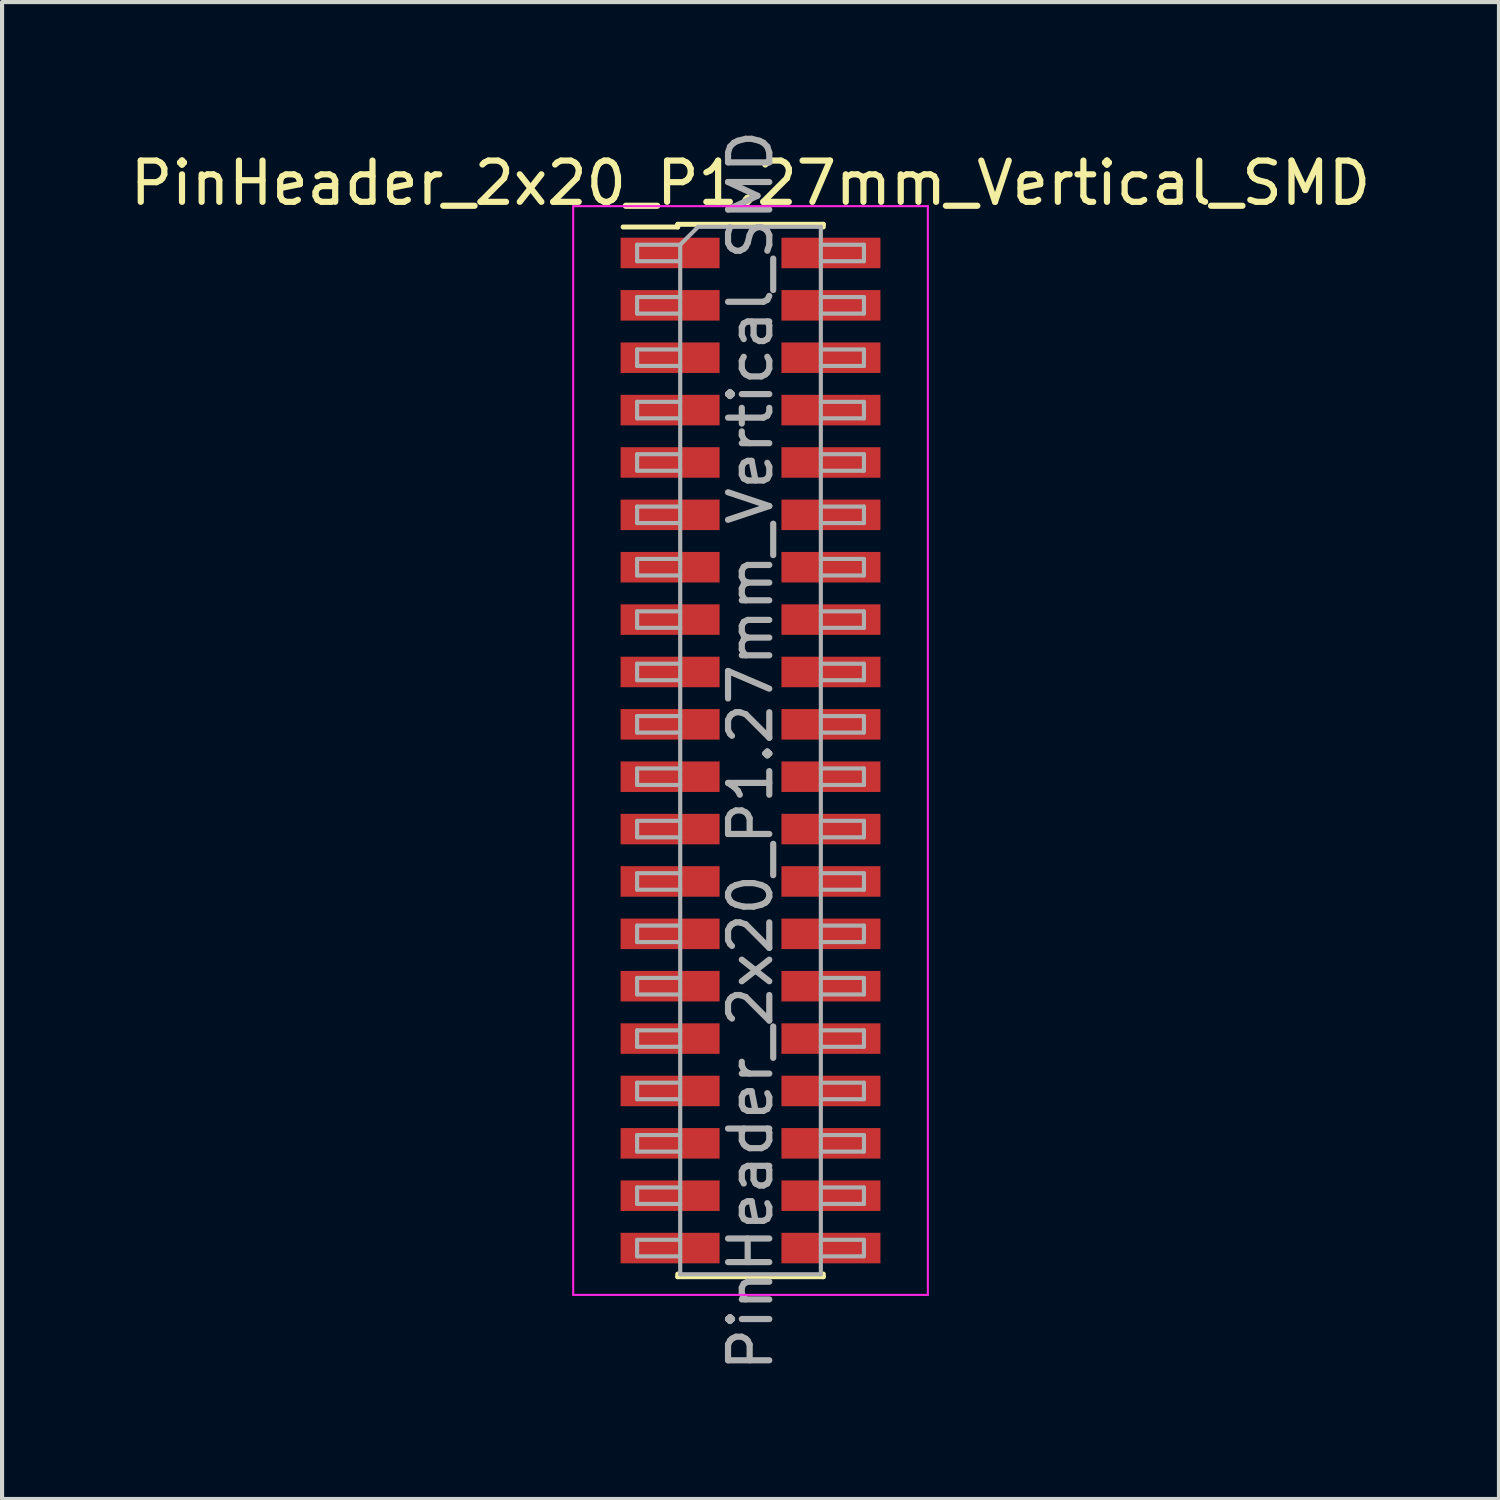
<source format=kicad_pcb>
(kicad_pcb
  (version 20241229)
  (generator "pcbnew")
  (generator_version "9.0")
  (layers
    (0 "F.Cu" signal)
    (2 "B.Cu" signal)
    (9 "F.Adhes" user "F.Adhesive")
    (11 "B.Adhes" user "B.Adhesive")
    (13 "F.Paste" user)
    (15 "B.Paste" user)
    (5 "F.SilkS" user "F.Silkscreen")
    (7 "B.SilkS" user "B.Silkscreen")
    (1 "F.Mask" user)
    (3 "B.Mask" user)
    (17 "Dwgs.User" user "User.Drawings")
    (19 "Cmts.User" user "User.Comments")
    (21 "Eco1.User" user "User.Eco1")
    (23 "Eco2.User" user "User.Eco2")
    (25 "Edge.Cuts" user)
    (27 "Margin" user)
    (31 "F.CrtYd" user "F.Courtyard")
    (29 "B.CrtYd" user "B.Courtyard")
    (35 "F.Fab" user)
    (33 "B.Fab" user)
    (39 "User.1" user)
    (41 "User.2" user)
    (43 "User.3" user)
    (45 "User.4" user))
  (footprint "PinHeader_2x20_P1.27mm_Vertical_SMD"
    (layer "F.Cu")
    (at 15.149 15.149)
    (property "Reference" "PinHeader_2x20_P1.27mm_Vertical_SMD" (at 0 -13.76 0) (layer "F.SilkS") (effects (font (size 1 1) (thickness 0.15))))
    (attr smd)
    (fp_line (start -3.09 -12.695) (end -1.765 -12.695) (stroke (width 0.12) (type solid)) (layer "F.SilkS"))
    (fp_line (start -1.765 -12.76) (end -1.765 -12.695) (stroke (width 0.12) (type solid)) (layer "F.SilkS"))
    (fp_line (start -1.765 -12.76) (end 1.765 -12.76) (stroke (width 0.12) (type solid)) (layer "F.SilkS"))
    (fp_line (start -1.765 12.695) (end -1.765 12.76) (stroke (width 0.12) (type solid)) (layer "F.SilkS"))
    (fp_line (start -1.765 12.76) (end 1.765 12.76) (stroke (width 0.12) (type solid)) (layer "F.SilkS"))
    (fp_line (start 1.765 -12.76) (end 1.765 -12.695) (stroke (width 0.12) (type solid)) (layer "F.SilkS"))
    (fp_line (start 1.765 12.695) (end 1.765 12.76) (stroke (width 0.12) (type solid)) (layer "F.SilkS"))
    (fp_line (start -4.3 -13.2) (end -4.3 13.2) (stroke (width 0.05) (type solid)) (layer "F.CrtYd"))
    (fp_line (start -4.3 13.2) (end 4.3 13.2) (stroke (width 0.05) (type solid)) (layer "F.CrtYd"))
    (fp_line (start 4.3 -13.2) (end -4.3 -13.2) (stroke (width 0.05) (type solid)) (layer "F.CrtYd"))
    (fp_line (start 4.3 13.2) (end 4.3 -13.2) (stroke (width 0.05) (type solid)) (layer "F.CrtYd"))
    (fp_line (start -2.75 -12.265) (end -2.75 -11.865) (stroke (width 0.1) (type solid)) (layer "F.Fab"))
    (fp_line (start -2.75 -11.865) (end -1.705 -11.865) (stroke (width 0.1) (type solid)) (layer "F.Fab"))
    (fp_line (start -2.75 -10.995) (end -2.75 -10.595) (stroke (width 0.1) (type solid)) (layer "F.Fab"))
    (fp_line (start -2.75 -10.595) (end -1.705 -10.595) (stroke (width 0.1) (type solid)) (layer "F.Fab"))
    (fp_line (start -2.75 -9.725) (end -2.75 -9.325) (stroke (width 0.1) (type solid)) (layer "F.Fab"))
    (fp_line (start -2.75 -9.325) (end -1.705 -9.325) (stroke (width 0.1) (type solid)) (layer "F.Fab"))
    (fp_line (start -2.75 -8.455) (end -2.75 -8.055) (stroke (width 0.1) (type solid)) (layer "F.Fab"))
    (fp_line (start -2.75 -8.055) (end -1.705 -8.055) (stroke (width 0.1) (type solid)) (layer "F.Fab"))
    (fp_line (start -2.75 -7.185) (end -2.75 -6.785) (stroke (width 0.1) (type solid)) (layer "F.Fab"))
    (fp_line (start -2.75 -6.785) (end -1.705 -6.785) (stroke (width 0.1) (type solid)) (layer "F.Fab"))
    (fp_line (start -2.75 -5.915) (end -2.75 -5.515) (stroke (width 0.1) (type solid)) (layer "F.Fab"))
    (fp_line (start -2.75 -5.515) (end -1.705 -5.515) (stroke (width 0.1) (type solid)) (layer "F.Fab"))
    (fp_line (start -2.75 -4.645) (end -2.75 -4.245) (stroke (width 0.1) (type solid)) (layer "F.Fab"))
    (fp_line (start -2.75 -4.245) (end -1.705 -4.245) (stroke (width 0.1) (type solid)) (layer "F.Fab"))
    (fp_line (start -2.75 -3.375) (end -2.75 -2.975) (stroke (width 0.1) (type solid)) (layer "F.Fab"))
    (fp_line (start -2.75 -2.975) (end -1.705 -2.975) (stroke (width 0.1) (type solid)) (layer "F.Fab"))
    (fp_line (start -2.75 -2.105) (end -2.75 -1.705) (stroke (width 0.1) (type solid)) (layer "F.Fab"))
    (fp_line (start -2.75 -1.705) (end -1.705 -1.705) (stroke (width 0.1) (type solid)) (layer "F.Fab"))
    (fp_line (start -2.75 -0.835) (end -2.75 -0.435) (stroke (width 0.1) (type solid)) (layer "F.Fab"))
    (fp_line (start -2.75 -0.435) (end -1.705 -0.435) (stroke (width 0.1) (type solid)) (layer "F.Fab"))
    (fp_line (start -2.75 0.435) (end -2.75 0.835) (stroke (width 0.1) (type solid)) (layer "F.Fab"))
    (fp_line (start -2.75 0.835) (end -1.705 0.835) (stroke (width 0.1) (type solid)) (layer "F.Fab"))
    (fp_line (start -2.75 1.705) (end -2.75 2.105) (stroke (width 0.1) (type solid)) (layer "F.Fab"))
    (fp_line (start -2.75 2.105) (end -1.705 2.105) (stroke (width 0.1) (type solid)) (layer "F.Fab"))
    (fp_line (start -2.75 2.975) (end -2.75 3.375) (stroke (width 0.1) (type solid)) (layer "F.Fab"))
    (fp_line (start -2.75 3.375) (end -1.705 3.375) (stroke (width 0.1) (type solid)) (layer "F.Fab"))
    (fp_line (start -2.75 4.245) (end -2.75 4.645) (stroke (width 0.1) (type solid)) (layer "F.Fab"))
    (fp_line (start -2.75 4.645) (end -1.705 4.645) (stroke (width 0.1) (type solid)) (layer "F.Fab"))
    (fp_line (start -2.75 5.515) (end -2.75 5.915) (stroke (width 0.1) (type solid)) (layer "F.Fab"))
    (fp_line (start -2.75 5.915) (end -1.705 5.915) (stroke (width 0.1) (type solid)) (layer "F.Fab"))
    (fp_line (start -2.75 6.785) (end -2.75 7.185) (stroke (width 0.1) (type solid)) (layer "F.Fab"))
    (fp_line (start -2.75 7.185) (end -1.705 7.185) (stroke (width 0.1) (type solid)) (layer "F.Fab"))
    (fp_line (start -2.75 8.055) (end -2.75 8.455) (stroke (width 0.1) (type solid)) (layer "F.Fab"))
    (fp_line (start -2.75 8.455) (end -1.705 8.455) (stroke (width 0.1) (type solid)) (layer "F.Fab"))
    (fp_line (start -2.75 9.325) (end -2.75 9.725) (stroke (width 0.1) (type solid)) (layer "F.Fab"))
    (fp_line (start -2.75 9.725) (end -1.705 9.725) (stroke (width 0.1) (type solid)) (layer "F.Fab"))
    (fp_line (start -2.75 10.595) (end -2.75 10.995) (stroke (width 0.1) (type solid)) (layer "F.Fab"))
    (fp_line (start -2.75 10.995) (end -1.705 10.995) (stroke (width 0.1) (type solid)) (layer "F.Fab"))
    (fp_line (start -2.75 11.865) (end -2.75 12.265) (stroke (width 0.1) (type solid)) (layer "F.Fab"))
    (fp_line (start -2.75 12.265) (end -1.705 12.265) (stroke (width 0.1) (type solid)) (layer "F.Fab"))
    (fp_line (start -1.705 -12.265) (end -2.75 -12.265) (stroke (width 0.1) (type solid)) (layer "F.Fab"))
    (fp_line (start -1.705 -12.265) (end -1.27 -12.7) (stroke (width 0.1) (type solid)) (layer "F.Fab"))
    (fp_line (start -1.705 -10.995) (end -2.75 -10.995) (stroke (width 0.1) (type solid)) (layer "F.Fab"))
    (fp_line (start -1.705 -9.725) (end -2.75 -9.725) (stroke (width 0.1) (type solid)) (layer "F.Fab"))
    (fp_line (start -1.705 -8.455) (end -2.75 -8.455) (stroke (width 0.1) (type solid)) (layer "F.Fab"))
    (fp_line (start -1.705 -7.185) (end -2.75 -7.185) (stroke (width 0.1) (type solid)) (layer "F.Fab"))
    (fp_line (start -1.705 -5.915) (end -2.75 -5.915) (stroke (width 0.1) (type solid)) (layer "F.Fab"))
    (fp_line (start -1.705 -4.645) (end -2.75 -4.645) (stroke (width 0.1) (type solid)) (layer "F.Fab"))
    (fp_line (start -1.705 -3.375) (end -2.75 -3.375) (stroke (width 0.1) (type solid)) (layer "F.Fab"))
    (fp_line (start -1.705 -2.105) (end -2.75 -2.105) (stroke (width 0.1) (type solid)) (layer "F.Fab"))
    (fp_line (start -1.705 -0.835) (end -2.75 -0.835) (stroke (width 0.1) (type solid)) (layer "F.Fab"))
    (fp_line (start -1.705 0.435) (end -2.75 0.435) (stroke (width 0.1) (type solid)) (layer "F.Fab"))
    (fp_line (start -1.705 1.705) (end -2.75 1.705) (stroke (width 0.1) (type solid)) (layer "F.Fab"))
    (fp_line (start -1.705 2.975) (end -2.75 2.975) (stroke (width 0.1) (type solid)) (layer "F.Fab"))
    (fp_line (start -1.705 4.245) (end -2.75 4.245) (stroke (width 0.1) (type solid)) (layer "F.Fab"))
    (fp_line (start -1.705 5.515) (end -2.75 5.515) (stroke (width 0.1) (type solid)) (layer "F.Fab"))
    (fp_line (start -1.705 6.785) (end -2.75 6.785) (stroke (width 0.1) (type solid)) (layer "F.Fab"))
    (fp_line (start -1.705 8.055) (end -2.75 8.055) (stroke (width 0.1) (type solid)) (layer "F.Fab"))
    (fp_line (start -1.705 9.325) (end -2.75 9.325) (stroke (width 0.1) (type solid)) (layer "F.Fab"))
    (fp_line (start -1.705 10.595) (end -2.75 10.595) (stroke (width 0.1) (type solid)) (layer "F.Fab"))
    (fp_line (start -1.705 11.865) (end -2.75 11.865) (stroke (width 0.1) (type solid)) (layer "F.Fab"))
    (fp_line (start -1.705 12.7) (end -1.705 -12.265) (stroke (width 0.1) (type solid)) (layer "F.Fab"))
    (fp_line (start -1.27 -12.7) (end 1.705 -12.7) (stroke (width 0.1) (type solid)) (layer "F.Fab"))
    (fp_line (start 1.705 -12.7) (end 1.705 12.7) (stroke (width 0.1) (type solid)) (layer "F.Fab"))
    (fp_line (start 1.705 -12.265) (end 2.75 -12.265) (stroke (width 0.1) (type solid)) (layer "F.Fab"))
    (fp_line (start 1.705 -10.995) (end 2.75 -10.995) (stroke (width 0.1) (type solid)) (layer "F.Fab"))
    (fp_line (start 1.705 -9.725) (end 2.75 -9.725) (stroke (width 0.1) (type solid)) (layer "F.Fab"))
    (fp_line (start 1.705 -8.455) (end 2.75 -8.455) (stroke (width 0.1) (type solid)) (layer "F.Fab"))
    (fp_line (start 1.705 -7.185) (end 2.75 -7.185) (stroke (width 0.1) (type solid)) (layer "F.Fab"))
    (fp_line (start 1.705 -5.915) (end 2.75 -5.915) (stroke (width 0.1) (type solid)) (layer "F.Fab"))
    (fp_line (start 1.705 -4.645) (end 2.75 -4.645) (stroke (width 0.1) (type solid)) (layer "F.Fab"))
    (fp_line (start 1.705 -3.375) (end 2.75 -3.375) (stroke (width 0.1) (type solid)) (layer "F.Fab"))
    (fp_line (start 1.705 -2.105) (end 2.75 -2.105) (stroke (width 0.1) (type solid)) (layer "F.Fab"))
    (fp_line (start 1.705 -0.835) (end 2.75 -0.835) (stroke (width 0.1) (type solid)) (layer "F.Fab"))
    (fp_line (start 1.705 0.435) (end 2.75 0.435) (stroke (width 0.1) (type solid)) (layer "F.Fab"))
    (fp_line (start 1.705 1.705) (end 2.75 1.705) (stroke (width 0.1) (type solid)) (layer "F.Fab"))
    (fp_line (start 1.705 2.975) (end 2.75 2.975) (stroke (width 0.1) (type solid)) (layer "F.Fab"))
    (fp_line (start 1.705 4.245) (end 2.75 4.245) (stroke (width 0.1) (type solid)) (layer "F.Fab"))
    (fp_line (start 1.705 5.515) (end 2.75 5.515) (stroke (width 0.1) (type solid)) (layer "F.Fab"))
    (fp_line (start 1.705 6.785) (end 2.75 6.785) (stroke (width 0.1) (type solid)) (layer "F.Fab"))
    (fp_line (start 1.705 8.055) (end 2.75 8.055) (stroke (width 0.1) (type solid)) (layer "F.Fab"))
    (fp_line (start 1.705 9.325) (end 2.75 9.325) (stroke (width 0.1) (type solid)) (layer "F.Fab"))
    (fp_line (start 1.705 10.595) (end 2.75 10.595) (stroke (width 0.1) (type solid)) (layer "F.Fab"))
    (fp_line (start 1.705 11.865) (end 2.75 11.865) (stroke (width 0.1) (type solid)) (layer "F.Fab"))
    (fp_line (start 1.705 12.7) (end -1.705 12.7) (stroke (width 0.1) (type solid)) (layer "F.Fab"))
    (fp_line (start 2.75 -12.265) (end 2.75 -11.865) (stroke (width 0.1) (type solid)) (layer "F.Fab"))
    (fp_line (start 2.75 -11.865) (end 1.705 -11.865) (stroke (width 0.1) (type solid)) (layer "F.Fab"))
    (fp_line (start 2.75 -10.995) (end 2.75 -10.595) (stroke (width 0.1) (type solid)) (layer "F.Fab"))
    (fp_line (start 2.75 -10.595) (end 1.705 -10.595) (stroke (width 0.1) (type solid)) (layer "F.Fab"))
    (fp_line (start 2.75 -9.725) (end 2.75 -9.325) (stroke (width 0.1) (type solid)) (layer "F.Fab"))
    (fp_line (start 2.75 -9.325) (end 1.705 -9.325) (stroke (width 0.1) (type solid)) (layer "F.Fab"))
    (fp_line (start 2.75 -8.455) (end 2.75 -8.055) (stroke (width 0.1) (type solid)) (layer "F.Fab"))
    (fp_line (start 2.75 -8.055) (end 1.705 -8.055) (stroke (width 0.1) (type solid)) (layer "F.Fab"))
    (fp_line (start 2.75 -7.185) (end 2.75 -6.785) (stroke (width 0.1) (type solid)) (layer "F.Fab"))
    (fp_line (start 2.75 -6.785) (end 1.705 -6.785) (stroke (width 0.1) (type solid)) (layer "F.Fab"))
    (fp_line (start 2.75 -5.915) (end 2.75 -5.515) (stroke (width 0.1) (type solid)) (layer "F.Fab"))
    (fp_line (start 2.75 -5.515) (end 1.705 -5.515) (stroke (width 0.1) (type solid)) (layer "F.Fab"))
    (fp_line (start 2.75 -4.645) (end 2.75 -4.245) (stroke (width 0.1) (type solid)) (layer "F.Fab"))
    (fp_line (start 2.75 -4.245) (end 1.705 -4.245) (stroke (width 0.1) (type solid)) (layer "F.Fab"))
    (fp_line (start 2.75 -3.375) (end 2.75 -2.975) (stroke (width 0.1) (type solid)) (layer "F.Fab"))
    (fp_line (start 2.75 -2.975) (end 1.705 -2.975) (stroke (width 0.1) (type solid)) (layer "F.Fab"))
    (fp_line (start 2.75 -2.105) (end 2.75 -1.705) (stroke (width 0.1) (type solid)) (layer "F.Fab"))
    (fp_line (start 2.75 -1.705) (end 1.705 -1.705) (stroke (width 0.1) (type solid)) (layer "F.Fab"))
    (fp_line (start 2.75 -0.835) (end 2.75 -0.435) (stroke (width 0.1) (type solid)) (layer "F.Fab"))
    (fp_line (start 2.75 -0.435) (end 1.705 -0.435) (stroke (width 0.1) (type solid)) (layer "F.Fab"))
    (fp_line (start 2.75 0.435) (end 2.75 0.835) (stroke (width 0.1) (type solid)) (layer "F.Fab"))
    (fp_line (start 2.75 0.835) (end 1.705 0.835) (stroke (width 0.1) (type solid)) (layer "F.Fab"))
    (fp_line (start 2.75 1.705) (end 2.75 2.105) (stroke (width 0.1) (type solid)) (layer "F.Fab"))
    (fp_line (start 2.75 2.105) (end 1.705 2.105) (stroke (width 0.1) (type solid)) (layer "F.Fab"))
    (fp_line (start 2.75 2.975) (end 2.75 3.375) (stroke (width 0.1) (type solid)) (layer "F.Fab"))
    (fp_line (start 2.75 3.375) (end 1.705 3.375) (stroke (width 0.1) (type solid)) (layer "F.Fab"))
    (fp_line (start 2.75 4.245) (end 2.75 4.645) (stroke (width 0.1) (type solid)) (layer "F.Fab"))
    (fp_line (start 2.75 4.645) (end 1.705 4.645) (stroke (width 0.1) (type solid)) (layer "F.Fab"))
    (fp_line (start 2.75 5.515) (end 2.75 5.915) (stroke (width 0.1) (type solid)) (layer "F.Fab"))
    (fp_line (start 2.75 5.915) (end 1.705 5.915) (stroke (width 0.1) (type solid)) (layer "F.Fab"))
    (fp_line (start 2.75 6.785) (end 2.75 7.185) (stroke (width 0.1) (type solid)) (layer "F.Fab"))
    (fp_line (start 2.75 7.185) (end 1.705 7.185) (stroke (width 0.1) (type solid)) (layer "F.Fab"))
    (fp_line (start 2.75 8.055) (end 2.75 8.455) (stroke (width 0.1) (type solid)) (layer "F.Fab"))
    (fp_line (start 2.75 8.455) (end 1.705 8.455) (stroke (width 0.1) (type solid)) (layer "F.Fab"))
    (fp_line (start 2.75 9.325) (end 2.75 9.725) (stroke (width 0.1) (type solid)) (layer "F.Fab"))
    (fp_line (start 2.75 9.725) (end 1.705 9.725) (stroke (width 0.1) (type solid)) (layer "F.Fab"))
    (fp_line (start 2.75 10.595) (end 2.75 10.995) (stroke (width 0.1) (type solid)) (layer "F.Fab"))
    (fp_line (start 2.75 10.995) (end 1.705 10.995) (stroke (width 0.1) (type solid)) (layer "F.Fab"))
    (fp_line (start 2.75 11.865) (end 2.75 12.265) (stroke (width 0.1) (type solid)) (layer "F.Fab"))
    (fp_line (start 2.75 12.265) (end 1.705 12.265) (stroke (width 0.1) (type solid)) (layer "F.Fab"))
    (fp_text user "${REFERENCE}" (at 0 0 90) (layer "F.Fab") (effects (font (size 1 1) (thickness 0.15))))
    (pad "1" smd rect (at -1.95 -12.065) (size 2.4 0.74) (layers "F.Cu" "F.Mask" "F.Paste"))
    (pad "2" smd rect (at 1.95 -12.065) (size 2.4 0.74) (layers "F.Cu" "F.Mask" "F.Paste"))
    (pad "3" smd rect (at -1.95 -10.795) (size 2.4 0.74) (layers "F.Cu" "F.Mask" "F.Paste"))
    (pad "4" smd rect (at 1.95 -10.795) (size 2.4 0.74) (layers "F.Cu" "F.Mask" "F.Paste"))
    (pad "5" smd rect (at -1.95 -9.525) (size 2.4 0.74) (layers "F.Cu" "F.Mask" "F.Paste"))
    (pad "6" smd rect (at 1.95 -9.525) (size 2.4 0.74) (layers "F.Cu" "F.Mask" "F.Paste"))
    (pad "7" smd rect (at -1.95 -8.255) (size 2.4 0.74) (layers "F.Cu" "F.Mask" "F.Paste"))
    (pad "8" smd rect (at 1.95 -8.255) (size 2.4 0.74) (layers "F.Cu" "F.Mask" "F.Paste"))
    (pad "9" smd rect (at -1.95 -6.985) (size 2.4 0.74) (layers "F.Cu" "F.Mask" "F.Paste"))
    (pad "10" smd rect (at 1.95 -6.985) (size 2.4 0.74) (layers "F.Cu" "F.Mask" "F.Paste"))
    (pad "11" smd rect (at -1.95 -5.715) (size 2.4 0.74) (layers "F.Cu" "F.Mask" "F.Paste"))
    (pad "12" smd rect (at 1.95 -5.715) (size 2.4 0.74) (layers "F.Cu" "F.Mask" "F.Paste"))
    (pad "13" smd rect (at -1.95 -4.445) (size 2.4 0.74) (layers "F.Cu" "F.Mask" "F.Paste"))
    (pad "14" smd rect (at 1.95 -4.445) (size 2.4 0.74) (layers "F.Cu" "F.Mask" "F.Paste"))
    (pad "15" smd rect (at -1.95 -3.175) (size 2.4 0.74) (layers "F.Cu" "F.Mask" "F.Paste"))
    (pad "16" smd rect (at 1.95 -3.175) (size 2.4 0.74) (layers "F.Cu" "F.Mask" "F.Paste"))
    (pad "17" smd rect (at -1.95 -1.905) (size 2.4 0.74) (layers "F.Cu" "F.Mask" "F.Paste"))
    (pad "18" smd rect (at 1.95 -1.905) (size 2.4 0.74) (layers "F.Cu" "F.Mask" "F.Paste"))
    (pad "19" smd rect (at -1.95 -0.635) (size 2.4 0.74) (layers "F.Cu" "F.Mask" "F.Paste"))
    (pad "20" smd rect (at 1.95 -0.635) (size 2.4 0.74) (layers "F.Cu" "F.Mask" "F.Paste"))
    (pad "21" smd rect (at -1.95 0.635) (size 2.4 0.74) (layers "F.Cu" "F.Mask" "F.Paste"))
    (pad "22" smd rect (at 1.95 0.635) (size 2.4 0.74) (layers "F.Cu" "F.Mask" "F.Paste"))
    (pad "23" smd rect (at -1.95 1.905) (size 2.4 0.74) (layers "F.Cu" "F.Mask" "F.Paste"))
    (pad "24" smd rect (at 1.95 1.905) (size 2.4 0.74) (layers "F.Cu" "F.Mask" "F.Paste"))
    (pad "25" smd rect (at -1.95 3.175) (size 2.4 0.74) (layers "F.Cu" "F.Mask" "F.Paste"))
    (pad "26" smd rect (at 1.95 3.175) (size 2.4 0.74) (layers "F.Cu" "F.Mask" "F.Paste"))
    (pad "27" smd rect (at -1.95 4.445) (size 2.4 0.74) (layers "F.Cu" "F.Mask" "F.Paste"))
    (pad "28" smd rect (at 1.95 4.445) (size 2.4 0.74) (layers "F.Cu" "F.Mask" "F.Paste"))
    (pad "29" smd rect (at -1.95 5.715) (size 2.4 0.74) (layers "F.Cu" "F.Mask" "F.Paste"))
    (pad "30" smd rect (at 1.95 5.715) (size 2.4 0.74) (layers "F.Cu" "F.Mask" "F.Paste"))
    (pad "31" smd rect (at -1.95 6.985) (size 2.4 0.74) (layers "F.Cu" "F.Mask" "F.Paste"))
    (pad "32" smd rect (at 1.95 6.985) (size 2.4 0.74) (layers "F.Cu" "F.Mask" "F.Paste"))
    (pad "33" smd rect (at -1.95 8.255) (size 2.4 0.74) (layers "F.Cu" "F.Mask" "F.Paste"))
    (pad "34" smd rect (at 1.95 8.255) (size 2.4 0.74) (layers "F.Cu" "F.Mask" "F.Paste"))
    (pad "35" smd rect (at -1.95 9.525) (size 2.4 0.74) (layers "F.Cu" "F.Mask" "F.Paste"))
    (pad "36" smd rect (at 1.95 9.525) (size 2.4 0.74) (layers "F.Cu" "F.Mask" "F.Paste"))
    (pad "37" smd rect (at -1.95 10.795) (size 2.4 0.74) (layers "F.Cu" "F.Mask" "F.Paste"))
    (pad "38" smd rect (at 1.95 10.795) (size 2.4 0.74) (layers "F.Cu" "F.Mask" "F.Paste"))
    (pad "39" smd rect (at -1.95 12.065) (size 2.4 0.74) (layers "F.Cu" "F.Mask" "F.Paste"))
    (pad "40" smd rect (at 1.95 12.065) (size 2.4 0.74) (layers "F.Cu" "F.Mask" "F.Paste")))
  (gr_rect
    (start -3 -3)
    (end 33.298 33.298)
    (stroke (width 0.1) (type default))
    (fill no)
    (layer "Edge.Cuts")))
</source>
